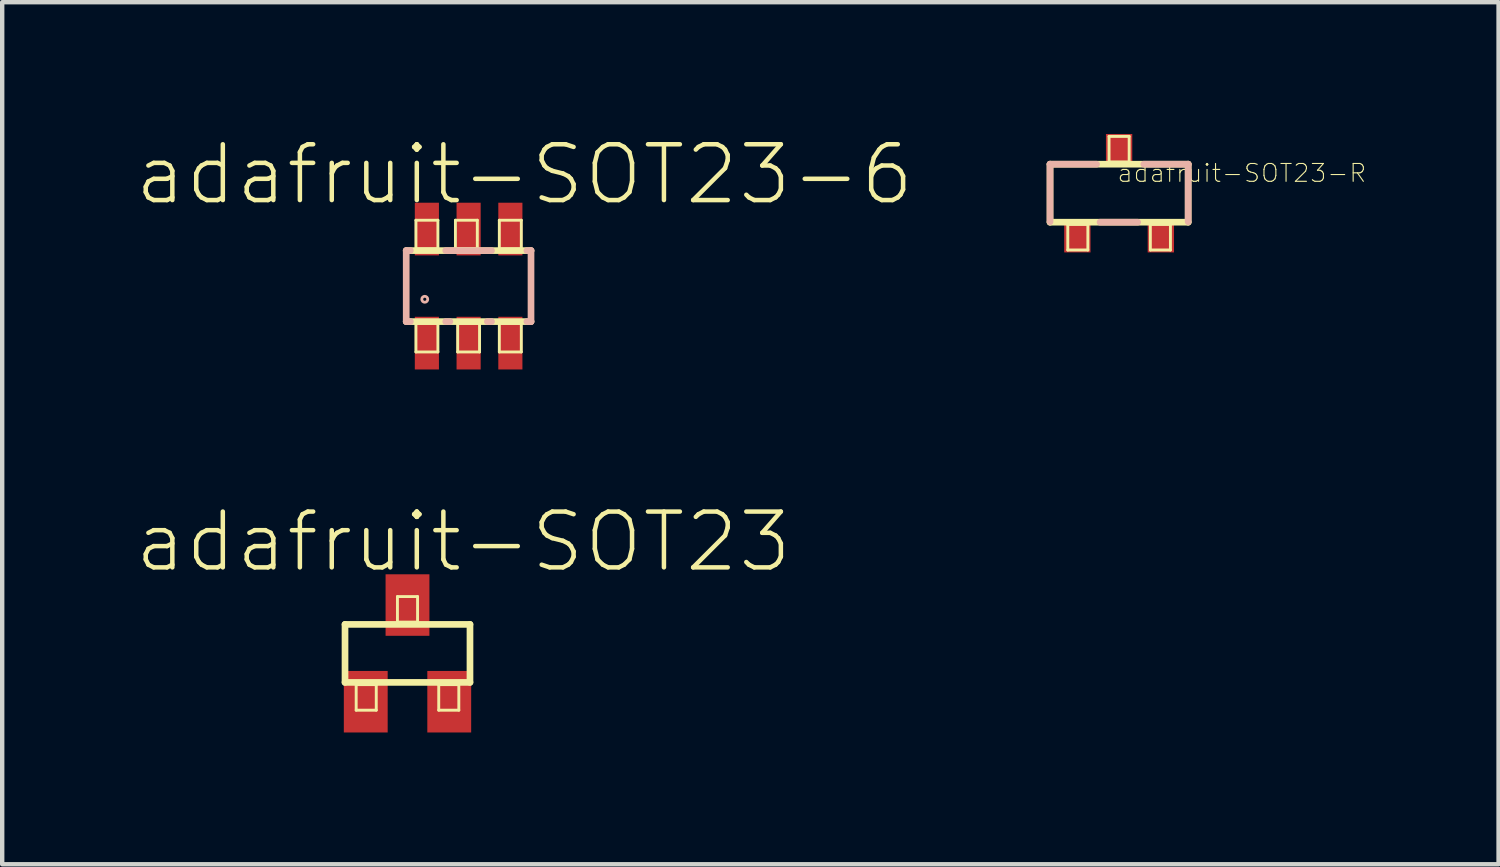
<source format=kicad_pcb>
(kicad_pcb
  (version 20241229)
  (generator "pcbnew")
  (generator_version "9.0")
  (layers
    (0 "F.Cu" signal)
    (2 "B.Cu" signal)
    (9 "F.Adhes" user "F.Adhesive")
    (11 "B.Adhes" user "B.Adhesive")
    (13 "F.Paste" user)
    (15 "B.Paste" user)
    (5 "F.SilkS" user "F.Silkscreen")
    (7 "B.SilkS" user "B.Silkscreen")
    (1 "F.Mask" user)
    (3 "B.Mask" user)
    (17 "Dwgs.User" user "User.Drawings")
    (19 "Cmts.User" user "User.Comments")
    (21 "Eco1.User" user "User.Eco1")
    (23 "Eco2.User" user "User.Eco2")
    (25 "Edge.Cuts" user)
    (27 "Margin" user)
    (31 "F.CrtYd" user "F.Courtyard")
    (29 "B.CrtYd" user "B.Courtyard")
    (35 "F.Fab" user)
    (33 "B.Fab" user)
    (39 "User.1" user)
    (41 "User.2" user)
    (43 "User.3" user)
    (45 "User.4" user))
  (footprint "adafruit-SOT23-R"
    (layer "F.Cu")
    (at 22.419 1.347)
    (property "Reference" "adafruit-SOT23-R" (at 2.794 -0.457 0) (layer "F.SilkS") (effects (font (size 0.406 0.406) (thickness 0.025))))
    (attr smd)
    (fp_line (start -1.572 -0.66) (end 1.572 -0.66) (stroke (width 0.152) (type solid)) (layer "F.SilkS"))
    (fp_line (start -1.572 0.66) (end -1.572 -0.66) (stroke (width 0.152) (type solid)) (layer "F.SilkS"))
    (fp_line (start -1.168 0.711) (end -0.711 0.711) (stroke (width 0.066) (type solid)) (layer "F.SilkS"))
    (fp_line (start -1.168 1.293) (end -1.168 0.711) (stroke (width 0.066) (type solid)) (layer "F.SilkS"))
    (fp_line (start -1.168 1.293) (end -0.711 1.293) (stroke (width 0.066) (type solid)) (layer "F.SilkS"))
    (fp_line (start -0.711 1.293) (end -0.711 0.711) (stroke (width 0.066) (type solid)) (layer "F.SilkS"))
    (fp_line (start -0.229 -1.293) (end 0.229 -1.293) (stroke (width 0.066) (type solid)) (layer "F.SilkS"))
    (fp_line (start -0.229 -0.711) (end -0.229 -1.293) (stroke (width 0.066) (type solid)) (layer "F.SilkS"))
    (fp_line (start -0.229 -0.711) (end 0.229 -0.711) (stroke (width 0.066) (type solid)) (layer "F.SilkS"))
    (fp_line (start 0.229 -0.711) (end 0.229 -1.293) (stroke (width 0.066) (type solid)) (layer "F.SilkS"))
    (fp_line (start 0.711 0.711) (end 1.168 0.711) (stroke (width 0.066) (type solid)) (layer "F.SilkS"))
    (fp_line (start 0.711 1.293) (end 0.711 0.711) (stroke (width 0.066) (type solid)) (layer "F.SilkS"))
    (fp_line (start 0.711 1.293) (end 1.168 1.293) (stroke (width 0.066) (type solid)) (layer "F.SilkS"))
    (fp_line (start 1.168 1.293) (end 1.168 0.711) (stroke (width 0.066) (type solid)) (layer "F.SilkS"))
    (fp_line (start 1.572 -0.66) (end 1.572 0.66) (stroke (width 0.152) (type solid)) (layer "F.SilkS"))
    (fp_line (start 1.572 0.66) (end -1.572 0.66) (stroke (width 0.152) (type solid)) (layer "F.SilkS"))
    (fp_line (start -1.572 -0.66) (end -0.513 -0.66) (stroke (width 0.152) (type solid)) (layer "B.SilkS"))
    (fp_line (start -1.572 0.65) (end -1.572 -0.66) (stroke (width 0.152) (type solid)) (layer "B.SilkS"))
    (fp_line (start 0.422 0.66) (end -0.434 0.66) (stroke (width 0.152) (type solid)) (layer "B.SilkS"))
    (fp_line (start 0.561 -0.66) (end 1.572 -0.66) (stroke (width 0.152) (type solid)) (layer "B.SilkS"))
    (fp_line (start 1.572 -0.66) (end 1.572 0.65) (stroke (width 0.152) (type solid)) (layer "B.SilkS"))
    (pad "1" smd rect (at -0.95 0.998) (size 0.599 0.699) (layers "F.Cu" "F.Mask" "F.Paste"))
    (pad "2" smd rect (at 0.95 0.998) (size 0.599 0.699) (layers "F.Cu" "F.Mask" "F.Paste"))
    (pad "3" smd rect (at 0 -0.998) (size 0.599 0.699) (layers "F.Cu" "F.Mask" "F.Paste")))
  (footprint "adafruit-SOT23-6"
    (layer "F.Cu")
    (at 7.615 3.461)
    (property "Reference" "adafruit-SOT23-6" (at 1.27 -2.54 0) (layer "F.SilkS") (effects (font (size 1.27 1.27) (thickness 0.102))))
    (attr smd)
    (fp_line (start -1.42 -0.808) (end 1.42 -0.808) (stroke (width 0.152) (type solid)) (layer "F.SilkS"))
    (fp_line (start -1.199 -1.499) (end -0.699 -1.499) (stroke (width 0.066) (type solid)) (layer "F.SilkS"))
    (fp_line (start -1.199 -0.848) (end -1.199 -1.499) (stroke (width 0.066) (type solid)) (layer "F.SilkS"))
    (fp_line (start -1.199 -0.848) (end -0.699 -0.848) (stroke (width 0.066) (type solid)) (layer "F.SilkS"))
    (fp_line (start -1.199 0.848) (end -0.699 0.848) (stroke (width 0.066) (type solid)) (layer "F.SilkS"))
    (fp_line (start -1.199 1.499) (end -1.199 0.848) (stroke (width 0.066) (type solid)) (layer "F.SilkS"))
    (fp_line (start -1.199 1.499) (end -0.699 1.499) (stroke (width 0.066) (type solid)) (layer "F.SilkS"))
    (fp_line (start -0.699 -0.848) (end -0.699 -1.499) (stroke (width 0.066) (type solid)) (layer "F.SilkS"))
    (fp_line (start -0.699 1.499) (end -0.699 0.848) (stroke (width 0.066) (type solid)) (layer "F.SilkS"))
    (fp_line (start -0.3 -1.499) (end 0.198 -1.499) (stroke (width 0.066) (type solid)) (layer "F.SilkS"))
    (fp_line (start -0.3 -0.848) (end -0.3 -1.499) (stroke (width 0.066) (type solid)) (layer "F.SilkS"))
    (fp_line (start -0.3 -0.848) (end 0.198 -0.848) (stroke (width 0.066) (type solid)) (layer "F.SilkS"))
    (fp_line (start -0.249 0.848) (end 0.249 0.848) (stroke (width 0.066) (type solid)) (layer "F.SilkS"))
    (fp_line (start -0.249 1.499) (end -0.249 0.848) (stroke (width 0.066) (type solid)) (layer "F.SilkS"))
    (fp_line (start -0.249 1.499) (end 0.249 1.499) (stroke (width 0.066) (type solid)) (layer "F.SilkS"))
    (fp_line (start 0.198 -0.848) (end 0.198 -1.499) (stroke (width 0.066) (type solid)) (layer "F.SilkS"))
    (fp_line (start 0.249 1.499) (end 0.249 0.848) (stroke (width 0.066) (type solid)) (layer "F.SilkS"))
    (fp_line (start 0.699 -1.499) (end 1.199 -1.499) (stroke (width 0.066) (type solid)) (layer "F.SilkS"))
    (fp_line (start 0.699 -0.848) (end 0.699 -1.499) (stroke (width 0.066) (type solid)) (layer "F.SilkS"))
    (fp_line (start 0.699 -0.848) (end 1.199 -0.848) (stroke (width 0.066) (type solid)) (layer "F.SilkS"))
    (fp_line (start 0.699 0.848) (end 1.199 0.848) (stroke (width 0.066) (type solid)) (layer "F.SilkS"))
    (fp_line (start 0.699 1.499) (end 0.699 0.848) (stroke (width 0.066) (type solid)) (layer "F.SilkS"))
    (fp_line (start 0.699 1.499) (end 1.199 1.499) (stroke (width 0.066) (type solid)) (layer "F.SilkS"))
    (fp_line (start 1.199 -0.848) (end 1.199 -1.499) (stroke (width 0.066) (type solid)) (layer "F.SilkS"))
    (fp_line (start 1.199 1.499) (end 1.199 0.848) (stroke (width 0.066) (type solid)) (layer "F.SilkS"))
    (fp_line (start 1.42 0.808) (end -1.42 0.808) (stroke (width 0.152) (type solid)) (layer "F.SilkS"))
    (fp_line (start -1.42 -0.808) (end -1.326 -0.808) (stroke (width 0.152) (type solid)) (layer "B.SilkS"))
    (fp_line (start -1.42 0.808) (end -1.42 -0.808) (stroke (width 0.152) (type solid)) (layer "B.SilkS"))
    (fp_line (start -1.326 0.808) (end -1.42 0.808) (stroke (width 0.152) (type solid)) (layer "B.SilkS"))
    (fp_line (start -0.521 -0.808) (end 0.521 -0.808) (stroke (width 0.152) (type solid)) (layer "B.SilkS"))
    (fp_line (start -0.427 0.808) (end -0.521 0.808) (stroke (width 0.152) (type solid)) (layer "B.SilkS"))
    (fp_line (start 0.521 0.808) (end 0.427 0.808) (stroke (width 0.152) (type solid)) (layer "B.SilkS"))
    (fp_line (start 1.326 -0.808) (end 1.42 -0.808) (stroke (width 0.152) (type solid)) (layer "B.SilkS"))
    (fp_line (start 1.42 -0.808) (end 1.42 0.808) (stroke (width 0.152) (type solid)) (layer "B.SilkS"))
    (fp_line (start 1.42 0.808) (end 1.326 0.808) (stroke (width 0.152) (type solid)) (layer "B.SilkS"))
    (fp_circle (center -0.998 0.3) (end -1.046 0.348) (stroke (width 0.064) (type solid)) (fill no) (layer "B.SilkS"))
    (pad "1" smd rect (at -0.95 1.298) (size 0.549 1.199) (layers "F.Cu" "F.Mask" "F.Paste"))
    (pad "2" smd rect (at 0 1.298) (size 0.549 1.199) (layers "F.Cu" "F.Mask" "F.Paste"))
    (pad "3" smd rect (at 0.95 1.298) (size 0.549 1.199) (layers "F.Cu" "F.Mask" "F.Paste"))
    (pad "4" smd rect (at 0.95 -1.298) (size 0.549 1.199) (layers "F.Cu" "F.Mask" "F.Paste"))
    (pad "5" smd rect (at 0 -1.298) (size 0.549 1.199) (layers "F.Cu" "F.Mask" "F.Paste"))
    (pad "6" smd rect (at -0.95 -1.298) (size 0.549 1.199) (layers "F.Cu" "F.Mask" "F.Paste")))
  (footprint "adafruit-SOT23"
    (layer "F.Cu")
    (at 6.224 11.82)
    (property "Reference" "adafruit-SOT23" (at 1.27 -2.54 0) (layer "F.SilkS") (effects (font (size 1.27 1.27) (thickness 0.102))))
    (attr smd)
    (fp_line (start -1.422 -0.66) (end 1.422 -0.66) (stroke (width 0.152) (type solid)) (layer "F.SilkS"))
    (fp_line (start -1.422 0.66) (end -1.422 -0.66) (stroke (width 0.152) (type solid)) (layer "F.SilkS"))
    (fp_line (start -1.168 0.711) (end -0.711 0.711) (stroke (width 0.066) (type solid)) (layer "F.SilkS"))
    (fp_line (start -1.168 1.293) (end -1.168 0.711) (stroke (width 0.066) (type solid)) (layer "F.SilkS"))
    (fp_line (start -1.168 1.293) (end -0.711 1.293) (stroke (width 0.066) (type solid)) (layer "F.SilkS"))
    (fp_line (start -0.711 1.293) (end -0.711 0.711) (stroke (width 0.066) (type solid)) (layer "F.SilkS"))
    (fp_line (start -0.229 -1.293) (end 0.229 -1.293) (stroke (width 0.066) (type solid)) (layer "F.SilkS"))
    (fp_line (start -0.229 -0.711) (end -0.229 -1.293) (stroke (width 0.066) (type solid)) (layer "F.SilkS"))
    (fp_line (start -0.229 -0.711) (end 0.229 -0.711) (stroke (width 0.066) (type solid)) (layer "F.SilkS"))
    (fp_line (start 0.229 -0.711) (end 0.229 -1.293) (stroke (width 0.066) (type solid)) (layer "F.SilkS"))
    (fp_line (start 0.711 0.711) (end 1.168 0.711) (stroke (width 0.066) (type solid)) (layer "F.SilkS"))
    (fp_line (start 0.711 1.293) (end 0.711 0.711) (stroke (width 0.066) (type solid)) (layer "F.SilkS"))
    (fp_line (start 0.711 1.293) (end 1.168 1.293) (stroke (width 0.066) (type solid)) (layer "F.SilkS"))
    (fp_line (start 1.168 1.293) (end 1.168 0.711) (stroke (width 0.066) (type solid)) (layer "F.SilkS"))
    (fp_line (start 1.422 -0.66) (end 1.422 0.66) (stroke (width 0.152) (type solid)) (layer "F.SilkS"))
    (fp_line (start 1.422 0.66) (end -1.422 0.66) (stroke (width 0.152) (type solid)) (layer "F.SilkS"))
    (pad "1" smd rect (at -0.95 1.1) (size 0.998 1.4) (layers "F.Cu" "F.Mask" "F.Paste"))
    (pad "2" smd rect (at 0.95 1.1) (size 0.998 1.4) (layers "F.Cu" "F.Mask" "F.Paste"))
    (pad "3" smd rect (at 0 -1.1) (size 0.998 1.4) (layers "F.Cu" "F.Mask" "F.Paste")))
  (gr_rect
    (start -3 -3)
    (end 31.055 16.619)
    (stroke (width 0.1) (type default))
    (fill no)
    (layer "Edge.Cuts")))
</source>
